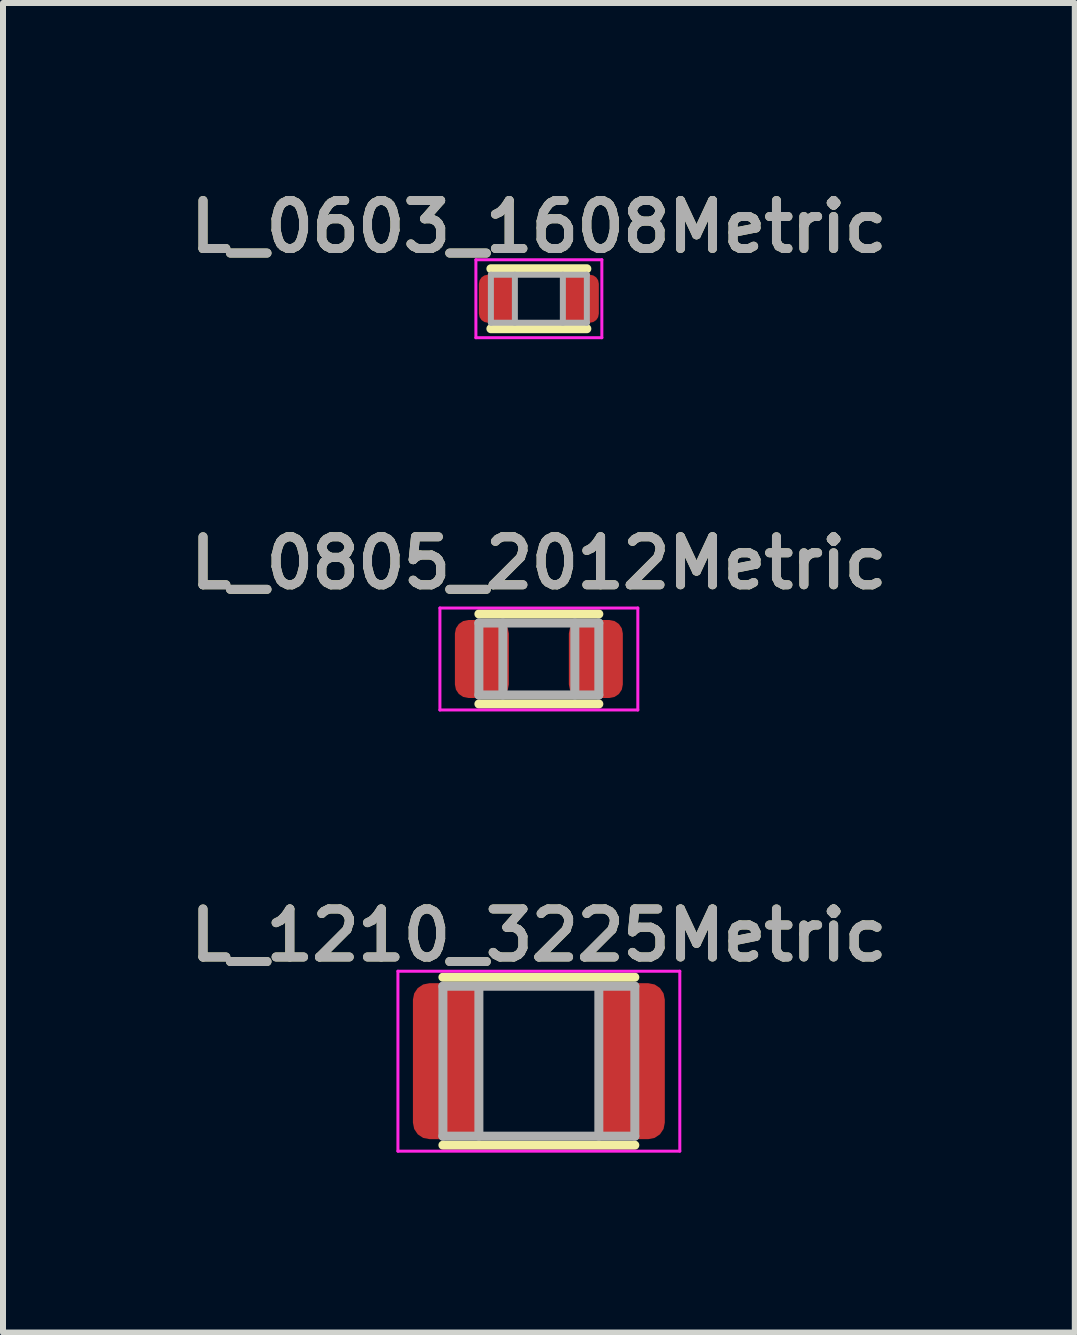
<source format=kicad_pcb>
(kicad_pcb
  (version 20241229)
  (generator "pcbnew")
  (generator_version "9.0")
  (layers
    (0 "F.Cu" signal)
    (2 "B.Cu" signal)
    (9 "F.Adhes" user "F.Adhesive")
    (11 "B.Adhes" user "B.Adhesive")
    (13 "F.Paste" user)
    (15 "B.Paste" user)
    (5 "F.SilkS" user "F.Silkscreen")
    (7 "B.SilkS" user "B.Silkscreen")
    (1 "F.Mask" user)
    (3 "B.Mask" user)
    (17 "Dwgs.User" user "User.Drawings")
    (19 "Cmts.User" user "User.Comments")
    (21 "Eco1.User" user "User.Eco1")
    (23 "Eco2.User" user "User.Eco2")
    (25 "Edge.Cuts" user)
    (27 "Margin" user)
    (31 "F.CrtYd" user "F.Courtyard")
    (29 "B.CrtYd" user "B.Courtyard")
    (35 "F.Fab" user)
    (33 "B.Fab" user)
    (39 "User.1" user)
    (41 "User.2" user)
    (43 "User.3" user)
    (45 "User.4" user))
  (footprint "L_0603_1608Metric"
    (layer "F.Cu")
    (at 5.935 1.931)
    (property "Reference" "L_0603_1608Metric" (at 0 -1.2 0) (layer "F.SilkS") (effects (font (size 0.8 0.8) (thickness 0.15))))
    (attr smd)
    (fp_line (start -0.8 -0.5) (end 0.8 -0.5) (stroke (width 0.15) (type solid)) (layer "F.SilkS"))
    (fp_line (start -0.8 0.5) (end 0.8 0.5) (stroke (width 0.15) (type solid)) (layer "F.SilkS"))
    (fp_line (start -1.05 -0.65) (end 1.05 -0.65) (stroke (width 0.05) (type solid)) (layer "F.CrtYd"))
    (fp_line (start -1.05 0.65) (end -1.05 -0.65) (stroke (width 0.05) (type solid)) (layer "F.CrtYd"))
    (fp_line (start 1.05 -0.65) (end 1.05 0.65) (stroke (width 0.05) (type solid)) (layer "F.CrtYd"))
    (fp_line (start 1.05 0.65) (end -1.05 0.65) (stroke (width 0.05) (type solid)) (layer "F.CrtYd"))
    (fp_line (start -0.8 -0.4) (end 0.8 -0.4) (stroke (width 0.1) (type solid)) (layer "F.Fab"))
    (fp_line (start -0.8 0.4) (end -0.8 -0.4) (stroke (width 0.1) (type solid)) (layer "F.Fab"))
    (fp_line (start -0.4 -0.4) (end -0.4 0.4) (stroke (width 0.1) (type solid)) (layer "F.Fab"))
    (fp_line (start 0.4 -0.4) (end 0.4 0.4) (stroke (width 0.1) (type solid)) (layer "F.Fab"))
    (fp_line (start 0.8 -0.4) (end 0.8 0.4) (stroke (width 0.1) (type solid)) (layer "F.Fab"))
    (fp_line (start 0.8 0.4) (end -0.8 0.4) (stroke (width 0.1) (type solid)) (layer "F.Fab"))
    (fp_text user "${REFERENCE}" (at 0 -1.2 0) (layer "F.Fab") (effects (font (size 0.8 0.8) (thickness 0.15))))
    (pad "1" smd roundrect (at -0.7 0) (size 0.6 0.8) (layers "F.Cu" "F.Mask" "F.Paste") (roundrect_rratio 0.25))
    (pad "2" smd roundrect (at 0.7 0) (size 0.6 0.8) (layers "F.Cu" "F.Mask" "F.Paste") (roundrect_rratio 0.25)))
  (footprint "L_0805_2012Metric"
    (layer "F.Cu")
    (at 5.935 7.938)
    (property "Reference" "L_0805_2012Metric" (at 0 -1.6 0) (layer "F.SilkS") (effects (font (size 0.8 0.8) (thickness 0.15))))
    (attr smd)
    (fp_line (start -1 -0.75) (end 1 -0.75) (stroke (width 0.15) (type solid)) (layer "F.SilkS"))
    (fp_line (start 1 0.75) (end -1 0.75) (stroke (width 0.15) (type solid)) (layer "F.SilkS"))
    (fp_line (start -1.65 -0.85) (end -1.65 0.85) (stroke (width 0.05) (type solid)) (layer "F.CrtYd"))
    (fp_line (start -1.65 -0.85) (end 1.65 -0.85) (stroke (width 0.05) (type solid)) (layer "F.CrtYd"))
    (fp_line (start -1.65 0.85) (end 1.65 0.85) (stroke (width 0.05) (type solid)) (layer "F.CrtYd"))
    (fp_line (start 1.65 -0.85) (end 1.65 0.85) (stroke (width 0.05) (type solid)) (layer "F.CrtYd"))
    (fp_line (start -1 -0.6) (end 1 -0.6) (stroke (width 0.15) (type solid)) (layer "F.Fab"))
    (fp_line (start -1 0.6) (end -1 -0.6) (stroke (width 0.15) (type solid)) (layer "F.Fab"))
    (fp_line (start -0.6 -0.6) (end -0.6 0.6) (stroke (width 0.15) (type solid)) (layer "F.Fab"))
    (fp_line (start 0.6 -0.6) (end 0.6 0.6) (stroke (width 0.15) (type solid)) (layer "F.Fab"))
    (fp_line (start 1 -0.6) (end 1 0.6) (stroke (width 0.15) (type solid)) (layer "F.Fab"))
    (fp_line (start 1 0.6) (end -1 0.6) (stroke (width 0.15) (type solid)) (layer "F.Fab"))
    (fp_text user "${REFERENCE}" (at 0 -1.6 0) (layer "F.Fab") (effects (font (size 0.8 0.8) (thickness 0.15))))
    (pad "1" smd roundrect (at -0.95 0) (size 0.9 1.3) (layers "F.Cu" "F.Mask" "F.Paste") (roundrect_rratio 0.25))
    (pad "2" smd roundrect (at 0.95 0) (size 0.9 1.3) (layers "F.Cu" "F.Mask" "F.Paste") (roundrect_rratio 0.25)))
  (footprint "L_1210_3225Metric"
    (layer "F.Cu")
    (at 5.935 14.644)
    (property "Reference" "L_1210_3225Metric" (at 0 -2.1 0) (layer "F.SilkS") (effects (font (size 0.8 0.8) (thickness 0.15))))
    (attr smd)
    (fp_line (start -1.6 -1.4) (end 1.6 -1.4) (stroke (width 0.15) (type solid)) (layer "F.SilkS"))
    (fp_line (start 1.6 1.4) (end -1.6 1.4) (stroke (width 0.15) (type solid)) (layer "F.SilkS"))
    (fp_line (start -2.35 -1.5) (end -2.35 1.5) (stroke (width 0.05) (type solid)) (layer "F.CrtYd"))
    (fp_line (start -2.35 -1.5) (end 2.35 -1.5) (stroke (width 0.05) (type solid)) (layer "F.CrtYd"))
    (fp_line (start -2.35 1.5) (end 2.35 1.5) (stroke (width 0.05) (type solid)) (layer "F.CrtYd"))
    (fp_line (start 2.35 -1.5) (end 2.35 1.5) (stroke (width 0.05) (type solid)) (layer "F.CrtYd"))
    (fp_line (start -1.6 -1.25) (end 1.6 -1.25) (stroke (width 0.15) (type solid)) (layer "F.Fab"))
    (fp_line (start -1.6 1.25) (end -1.6 -1.25) (stroke (width 0.15) (type solid)) (layer "F.Fab"))
    (fp_line (start -1 -1.25) (end -1 1.25) (stroke (width 0.15) (type solid)) (layer "F.Fab"))
    (fp_line (start 1 -1.25) (end 1 1.25) (stroke (width 0.15) (type solid)) (layer "F.Fab"))
    (fp_line (start 1.6 -1.25) (end 1.6 1.25) (stroke (width 0.15) (type solid)) (layer "F.Fab"))
    (fp_line (start 1.6 1.25) (end -1.6 1.25) (stroke (width 0.15) (type solid)) (layer "F.Fab"))
    (fp_text user "${REFERENCE}" (at 0 -2.1 0) (layer "F.Fab") (effects (font (size 0.8 0.8) (thickness 0.15))))
    (pad "1" smd roundrect (at -1.55 0) (size 1.1 2.6) (layers "F.Cu" "F.Mask" "F.Paste") (roundrect_rratio 0.25))
    (pad "2" smd roundrect (at 1.55 0) (size 1.1 2.6) (layers "F.Cu" "F.Mask" "F.Paste") (roundrect_rratio 0.25)))
  (gr_rect
    (start -3 -3)
    (end 14.871 19.169)
    (stroke (width 0.1) (type default))
    (fill no)
    (layer "Edge.Cuts")))
</source>
